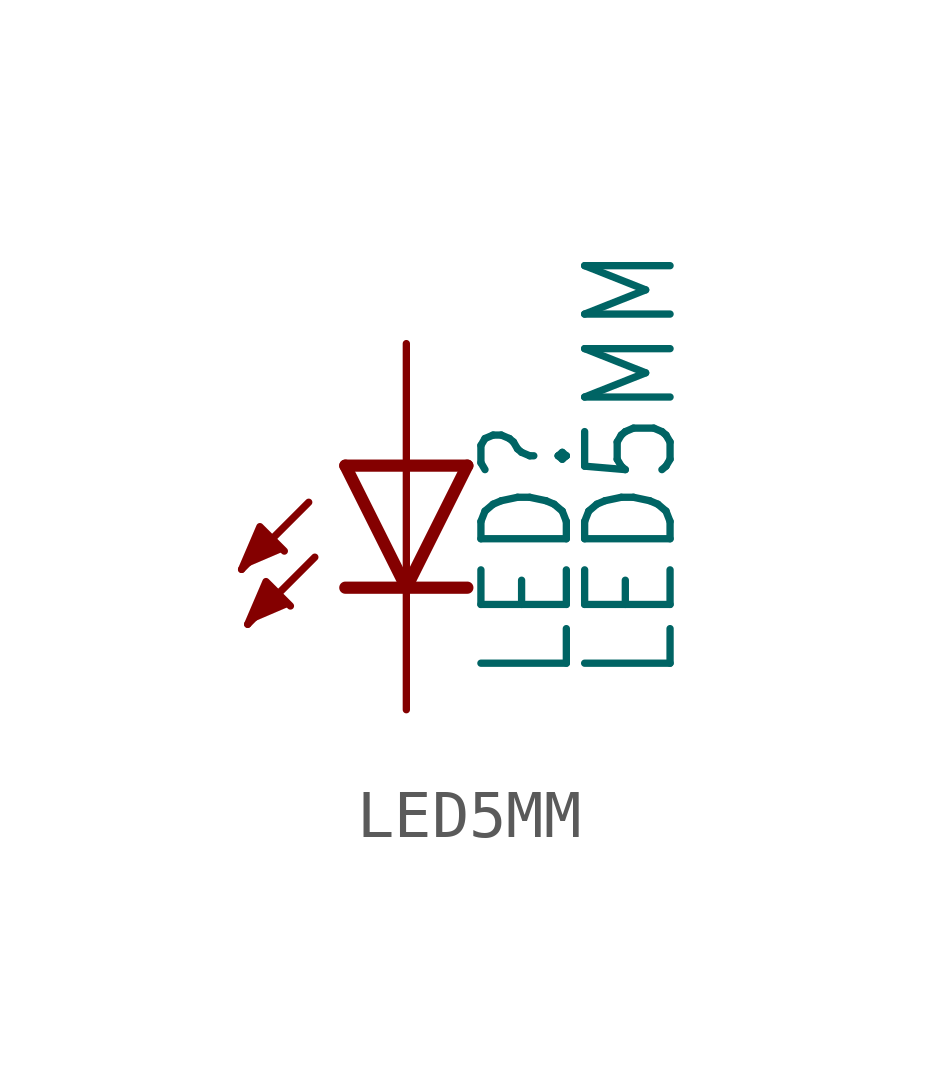
<source format=kicad_sym>
(kicad_symbol_lib
  (version 20201005)
  (generator kicad_symbol_editor)
  (symbol "LED5MM"
    (property "Reference" "LED"
      (at 3.556 -4.572 90)
      (effects (font (size 1.778 1.511)) (justify left bottom)))
    (property "Value" "LED5MM"
      (at 5.715 -4.572 90)
      (effects (font (size 1.778 1.511)) (justify left bottom)))
    (property "ki_locked" ""
      (at 0 0 0)
      (effects (font (size 1.27 1.27))))
    (symbol "LED5MM_1_0"
      (polyline (pts (xy 1.27 0) (xy 0 -2.54)) (stroke (width 0.254)) (fill (type none)))
      (polyline (pts (xy 0 -2.54) (xy -1.27 0)) (stroke (width 0.254)) (fill (type none)))
      (polyline (pts (xy 1.27 -2.54) (xy 0 -2.54)) (stroke (width 0.254)) (fill (type none)))
      (polyline (pts (xy 0 -2.54) (xy -1.27 -2.54)) (stroke (width 0.254)) (fill (type none)))
      (polyline (pts (xy 1.27 0) (xy 0 0)) (stroke (width 0.254)) (fill (type none)))
      (polyline (pts (xy 0 0) (xy -1.27 0)) (stroke (width 0.254)) (fill (type none)))
      (polyline (pts (xy 0 0) (xy 0 -2.54)) (stroke (width 0.152)) (fill (type none)))
      (polyline (pts (xy -2.032 -0.762) (xy -3.429 -2.159)) (stroke (width 0.152)) (fill (type none)))
      (polyline (pts (xy -1.905 -1.905) (xy -3.302 -3.302)) (stroke (width 0.152)) (fill (type none)))
      (polyline (pts (xy -3.429 -2.159) (xy -3.048 -1.27) (xy -2.54 -1.778)) (stroke (width 0)) (fill (type outline)))
      (polyline (pts (xy -3.302 -3.302) (xy -2.921 -2.413) (xy -2.413 -2.921)) (stroke (width 0)) (fill (type outline)))
      (pin passive line (at 0 -5.08 90) (length 2.54) (name "C" (effects (font (size 0 0)))) (number "K" (effects (font (size 0 0)))))
      (pin passive line (at 0 2.54 270) (length 2.54) (name "A" (effects (font (size 0 0)))) (number "A" (effects (font (size 0 0))))))))
</source>
